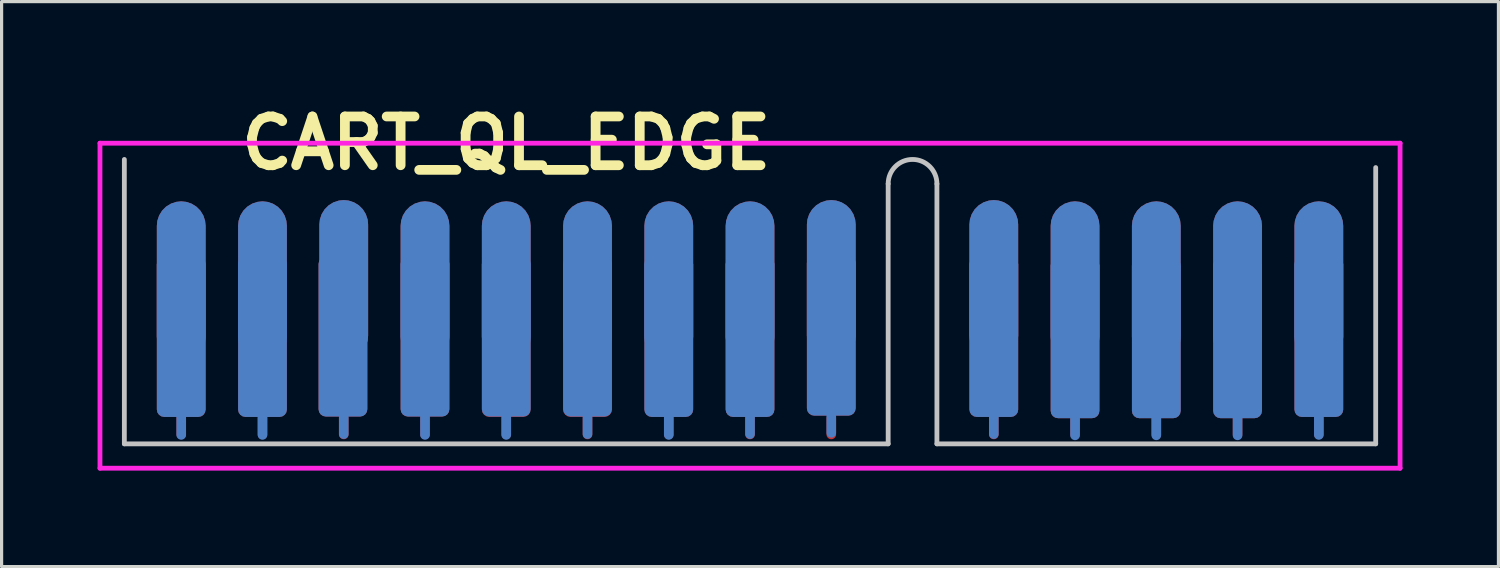
<source format=kicad_pcb>
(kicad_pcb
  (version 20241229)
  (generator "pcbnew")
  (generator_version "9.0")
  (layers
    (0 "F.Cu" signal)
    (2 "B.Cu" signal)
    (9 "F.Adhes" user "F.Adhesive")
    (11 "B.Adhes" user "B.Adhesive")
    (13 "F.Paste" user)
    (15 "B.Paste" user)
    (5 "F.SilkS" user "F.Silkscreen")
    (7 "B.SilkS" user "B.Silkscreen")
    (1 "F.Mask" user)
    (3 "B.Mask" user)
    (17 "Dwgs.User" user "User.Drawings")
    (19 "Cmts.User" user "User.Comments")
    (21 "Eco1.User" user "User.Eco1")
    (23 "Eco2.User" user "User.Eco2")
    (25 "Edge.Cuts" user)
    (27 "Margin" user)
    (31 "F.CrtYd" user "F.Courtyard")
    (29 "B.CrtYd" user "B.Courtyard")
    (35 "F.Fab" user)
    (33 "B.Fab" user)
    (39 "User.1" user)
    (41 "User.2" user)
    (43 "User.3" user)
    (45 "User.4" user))
  (footprint "CART_QL_EDGE"
    (layer "F.Cu")
    (at 12.775 6.506)
    (property "Reference" "CART_QL_EDGE" (at 0 -5.08 0) (layer "F.SilkS") (effects (font (size 1.524 1.524) (thickness 0.305))))
    (attr through_hole)
    (fp_line (start -10.16 4.024) (end -10.16 3.516) (stroke (width 0.3) (type solid)) (layer "F.Cu"))
    (fp_line (start -7.62 4.024) (end -7.62 3.516) (stroke (width 0.3) (type solid)) (layer "F.Cu"))
    (fp_line (start -5.08 4.024) (end -5.08 3.516) (stroke (width 0.3) (type solid)) (layer "F.Cu"))
    (fp_line (start -2.54 4.024) (end -2.54 3.516) (stroke (width 0.3) (type solid)) (layer "F.Cu"))
    (fp_line (start 0 4.024) (end 0 3.516) (stroke (width 0.3) (type solid)) (layer "F.Cu"))
    (fp_line (start 2.54 4.024) (end 2.54 3.516) (stroke (width 0.3) (type solid)) (layer "F.Cu"))
    (fp_line (start 5.08 4.024) (end 5.08 3.516) (stroke (width 0.3) (type solid)) (layer "F.Cu"))
    (fp_line (start 7.62 4.024) (end 7.62 3.516) (stroke (width 0.3) (type solid)) (layer "F.Cu"))
    (fp_line (start 10.16 4.024) (end 10.16 3.516) (stroke (width 0.3) (type solid)) (layer "F.Cu"))
    (fp_line (start 15.24 4.024) (end 15.24 3.516) (stroke (width 0.3) (type solid)) (layer "F.Cu"))
    (fp_line (start 17.78 4.024) (end 17.78 3.516) (stroke (width 0.3) (type solid)) (layer "F.Cu"))
    (fp_line (start 20.32 4.024) (end 20.32 3.516) (stroke (width 0.3) (type solid)) (layer "F.Cu"))
    (fp_line (start 22.86 4.024) (end 22.86 3.516) (stroke (width 0.3) (type solid)) (layer "F.Cu"))
    (fp_line (start 25.4 4.024) (end 25.4 3.516) (stroke (width 0.3) (type solid)) (layer "F.Cu"))
    (fp_poly (pts (xy 27.178 4.318) (xy 27.178 -3.81) (xy -11.938 -3.81) (xy -11.938 4.318)) (stroke (width 0.15) (type solid)) (fill yes) (layer "F.Mask"))
    (fp_line (start -10.16 4.039) (end -10.16 3.429) (stroke (width 0.3) (type solid)) (layer "B.Cu"))
    (fp_line (start -7.62 4.039) (end -7.62 3.429) (stroke (width 0.3) (type solid)) (layer "B.Cu"))
    (fp_line (start -5.08 4.013) (end -5.08 3.404) (stroke (width 0.3) (type solid)) (layer "B.Cu"))
    (fp_line (start -2.54 4.039) (end -2.54 3.429) (stroke (width 0.3) (type solid)) (layer "B.Cu"))
    (fp_line (start 0 4.039) (end 0 3.404) (stroke (width 0.3) (type solid)) (layer "B.Cu"))
    (fp_line (start 2.54 4.013) (end 2.54 3.404) (stroke (width 0.3) (type solid)) (layer "B.Cu"))
    (fp_line (start 5.08 4.039) (end 5.08 3.429) (stroke (width 0.3) (type solid)) (layer "B.Cu"))
    (fp_line (start 7.62 4.013) (end 7.62 3.404) (stroke (width 0.3) (type solid)) (layer "B.Cu"))
    (fp_line (start 10.16 3.973) (end 10.16 3.389) (stroke (width 0.3) (type solid)) (layer "B.Cu"))
    (fp_line (start 15.24 4.013) (end 15.24 3.429) (stroke (width 0.3) (type solid)) (layer "B.Cu"))
    (fp_line (start 17.78 4.053) (end 17.78 3.516) (stroke (width 0.3) (type solid)) (layer "B.Cu"))
    (fp_line (start 20.32 4.053) (end 20.32 3.516) (stroke (width 0.3) (type solid)) (layer "B.Cu"))
    (fp_line (start 22.86 4.053) (end 22.86 3.469) (stroke (width 0.3) (type solid)) (layer "B.Cu"))
    (fp_line (start 25.4 4.039) (end 25.4 3.429) (stroke (width 0.3) (type solid)) (layer "B.Cu"))
    (fp_poly (pts (xy 27.178 -3.81) (xy 27.178 4.318) (xy -11.938 4.318) (xy -11.938 -3.81)) (stroke (width 0.15) (type solid)) (fill yes) (layer "B.Mask"))
    (fp_line (start -11.938 -4.572) (end -11.938 4.318) (stroke (width 0.15) (type solid)) (layer "Dwgs.User"))
    (fp_line (start -11.938 4.318) (end 11.938 4.318) (stroke (width 0.15) (type solid)) (layer "Dwgs.User"))
    (fp_line (start 11.938 4.318) (end 11.938 -3.81) (stroke (width 0.15) (type solid)) (layer "Dwgs.User"))
    (fp_line (start 13.462 -3.81) (end 13.462 4.318) (stroke (width 0.15) (type solid)) (layer "Dwgs.User"))
    (fp_line (start 13.462 4.318) (end 27.178 4.318) (stroke (width 0.15) (type solid)) (layer "Dwgs.User"))
    (fp_line (start 27.178 4.318) (end 27.178 -4.318) (stroke (width 0.15) (type solid)) (layer "Dwgs.User"))
    (fp_arc (start 11.938 -3.81) (mid 12.7 -4.572) (end 13.462 -3.81) (stroke (width 0.15) (type solid)) (layer "Dwgs.User"))
    (fp_line (start -12.7 -5.08) (end -12.7 5.08) (stroke (width 0.15) (type solid)) (layer "F.CrtYd"))
    (fp_line (start -12.7 5.08) (end 27.94 5.08) (stroke (width 0.15) (type solid)) (layer "F.CrtYd"))
    (fp_line (start 27.94 -5.08) (end -12.7 -5.08) (stroke (width 0.15) (type solid)) (layer "F.CrtYd"))
    (fp_line (start 27.94 5.08) (end 27.94 -5.08) (stroke (width 0.15) (type solid)) (layer "F.CrtYd"))
    (pad "1" connect roundrect (at 25.4 -0.762) (size 1.524 5) (layers "F.Cu") (roundrect_rratio 0.5))
    (pad "1" connect roundrect (at 25.4 0.976) (size 1.524 5) (layers "F.Cu") (roundrect_rratio 0.15))
    (pad "2" connect roundrect (at 25.4 -0.762) (size 1.524 5) (layers "B.Cu") (roundrect_rratio 0.5))
    (pad "2" connect roundrect (at 25.4 0.976) (size 1.524 5) (layers "B.Cu") (roundrect_rratio 0.15))
    (pad "3" connect roundrect (at 22.86 -0.762) (size 1.524 5) (layers "F.Cu") (roundrect_rratio 0.5))
    (pad "3" connect roundrect (at 22.86 1.016) (size 1.524 5) (layers "F.Cu") (roundrect_rratio 0.15))
    (pad "4" connect roundrect (at 22.86 -0.762) (size 1.524 5) (layers "B.Cu") (roundrect_rratio 0.5))
    (pad "4" connect roundrect (at 22.86 1.016) (size 1.524 5) (layers "B.Cu") (roundrect_rratio 0.15))
    (pad "5" connect roundrect (at 20.32 -0.762) (size 1.524 5) (layers "F.Cu") (roundrect_rratio 0.5))
    (pad "5" connect roundrect (at 20.32 1.016) (size 1.524 5) (layers "F.Cu") (roundrect_rratio 0.15))
    (pad "6" connect roundrect (at 20.32 -0.762) (size 1.524 5) (layers "B.Cu") (roundrect_rratio 0.5))
    (pad "6" connect roundrect (at 20.32 1.016) (size 1.524 5) (layers "B.Cu") (roundrect_rratio 0.15))
    (pad "7" connect roundrect (at 17.78 -0.762) (size 1.524 5) (layers "F.Cu") (roundrect_rratio 0.5))
    (pad "7" connect roundrect (at 17.78 1.016) (size 1.524 5) (layers "F.Cu") (roundrect_rratio 0.15))
    (pad "8" connect roundrect (at 17.78 -0.762) (size 1.524 5) (layers "B.Cu") (roundrect_rratio 0.5))
    (pad "8" connect roundrect (at 17.78 1.016) (size 1.524 5) (layers "B.Cu") (roundrect_rratio 0.15))
    (pad "9" connect roundrect (at 15.24 -0.802) (size 1.524 5) (layers "F.Cu") (roundrect_rratio 0.5))
    (pad "9" connect roundrect (at 15.24 0.976) (size 1.524 5) (layers "F.Cu") (roundrect_rratio 0.15))
    (pad "10" connect roundrect (at 15.24 -0.802) (size 1.524 5) (layers "B.Cu") (roundrect_rratio 0.5))
    (pad "10" connect roundrect (at 15.24 0.976) (size 1.524 5) (layers "B.Cu") (roundrect_rratio 0.15))
    (pad "11" connect roundrect (at 10.16 -0.802) (size 1.524 5) (layers "F.Cu") (roundrect_rratio 0.5))
    (pad "11" connect roundrect (at 10.16 0.936) (size 1.524 5) (layers "F.Cu") (roundrect_rratio 0.15))
    (pad "12" connect roundrect (at 10.16 -0.802) (size 1.524 5) (layers "B.Cu") (roundrect_rratio 0.5))
    (pad "12" connect roundrect (at 10.16 0.936) (size 1.524 5) (layers "B.Cu") (roundrect_rratio 0.15))
    (pad "13" connect roundrect (at 7.62 -0.762) (size 1.524 5) (layers "F.Cu") (roundrect_rratio 0.5))
    (pad "13" connect roundrect (at 7.62 0.976) (size 1.524 5) (layers "F.Cu") (roundrect_rratio 0.15))
    (pad "14" connect roundrect (at 7.62 -0.762) (size 1.524 5) (layers "B.Cu") (roundrect_rratio 0.5))
    (pad "14" connect roundrect (at 7.62 0.976) (size 1.524 5) (layers "B.Cu") (roundrect_rratio 0.15))
    (pad "15" connect roundrect (at 5.08 -0.762) (size 1.524 5) (layers "F.Cu") (roundrect_rratio 0.5))
    (pad "15" connect roundrect (at 5.08 0.976) (size 1.524 5) (layers "F.Cu") (roundrect_rratio 0.15))
    (pad "16" connect roundrect (at 5.08 -0.762) (size 1.524 5) (layers "B.Cu") (roundrect_rratio 0.5))
    (pad "16" connect roundrect (at 5.08 0.976) (size 1.524 5) (layers "B.Cu") (roundrect_rratio 0.15))
    (pad "17" connect roundrect (at 2.54 -0.762) (size 1.524 5) (layers "F.Cu") (roundrect_rratio 0.5))
    (pad "17" connect roundrect (at 2.54 0.976) (size 1.524 5) (layers "F.Cu") (roundrect_rratio 0.15))
    (pad "18" connect roundrect (at 2.54 -0.762) (size 1.524 5) (layers "B.Cu") (roundrect_rratio 0.5))
    (pad "18" connect roundrect (at 2.54 0.965) (size 1.524 5) (layers "B.Cu") (roundrect_rratio 0.15))
    (pad "19" connect roundrect (at 0 -0.762) (size 1.524 5) (layers "F.Cu") (roundrect_rratio 0.5))
    (pad "19" connect roundrect (at 0 0.976) (size 1.524 5) (layers "F.Cu") (roundrect_rratio 0.15))
    (pad "20" connect roundrect (at 0 -0.762) (size 1.524 5) (layers "B.Cu") (roundrect_rratio 0.5))
    (pad "20" connect roundrect (at 0 0.965) (size 1.524 5) (layers "B.Cu") (roundrect_rratio 0.15))
    (pad "21" connect roundrect (at -2.54 -0.762) (size 1.524 5) (layers "F.Cu") (roundrect_rratio 0.5))
    (pad "21" connect roundrect (at -2.54 0.965) (size 1.524 5) (layers "F.Cu") (roundrect_rratio 0.15))
    (pad "22" connect roundrect (at -2.54 -0.762) (size 1.524 5) (layers "B.Cu") (roundrect_rratio 0.5))
    (pad "22" connect roundrect (at -2.54 0.965) (size 1.524 5) (layers "B.Cu") (roundrect_rratio 0.15))
    (pad "23" connect roundrect (at -5.105 0.965) (size 1.524 5) (layers "F.Cu") (roundrect_rratio 0.15))
    (pad "23" connect roundrect (at -5.08 -0.802) (size 1.524 5) (layers "F.Cu") (roundrect_rratio 0.5))
    (pad "24" connect roundrect (at -5.105 0.965) (size 1.524 5) (layers "B.Cu") (roundrect_rratio 0.15))
    (pad "24" connect roundrect (at -5.08 -0.802) (size 1.524 5) (layers "B.Cu") (roundrect_rratio 0.5))
    (pad "25" connect roundrect (at -7.62 -0.762) (size 1.524 5) (layers "F.Cu") (roundrect_rratio 0.5))
    (pad "25" connect roundrect (at -7.62 0.976) (size 1.524 5) (layers "F.Cu") (roundrect_rratio 0.15))
    (pad "26" connect roundrect (at -7.62 -0.762) (size 1.524 5) (layers "B.Cu") (roundrect_rratio 0.5))
    (pad "26" connect roundrect (at -7.62 0.976) (size 1.524 5) (layers "B.Cu") (roundrect_rratio 0.15))
    (pad "27" connect roundrect (at -10.16 -0.762) (size 1.524 5) (layers "F.Cu") (roundrect_rratio 0.5))
    (pad "27" connect roundrect (at -10.16 0.976) (size 1.524 5) (layers "F.Cu") (roundrect_rratio 0.15))
    (pad "28" connect roundrect (at -10.16 -0.762) (size 1.524 5) (layers "B.Cu") (roundrect_rratio 0.5))
    (pad "28" connect roundrect (at -10.16 0.976) (size 1.524 5) (layers "B.Cu") (roundrect_rratio 0.15)))
  (gr_rect
    (start -3 -3)
    (end 43.79 14.661)
    (stroke (width 0.1) (type default))
    (fill no)
    (layer "Edge.Cuts")))
</source>
